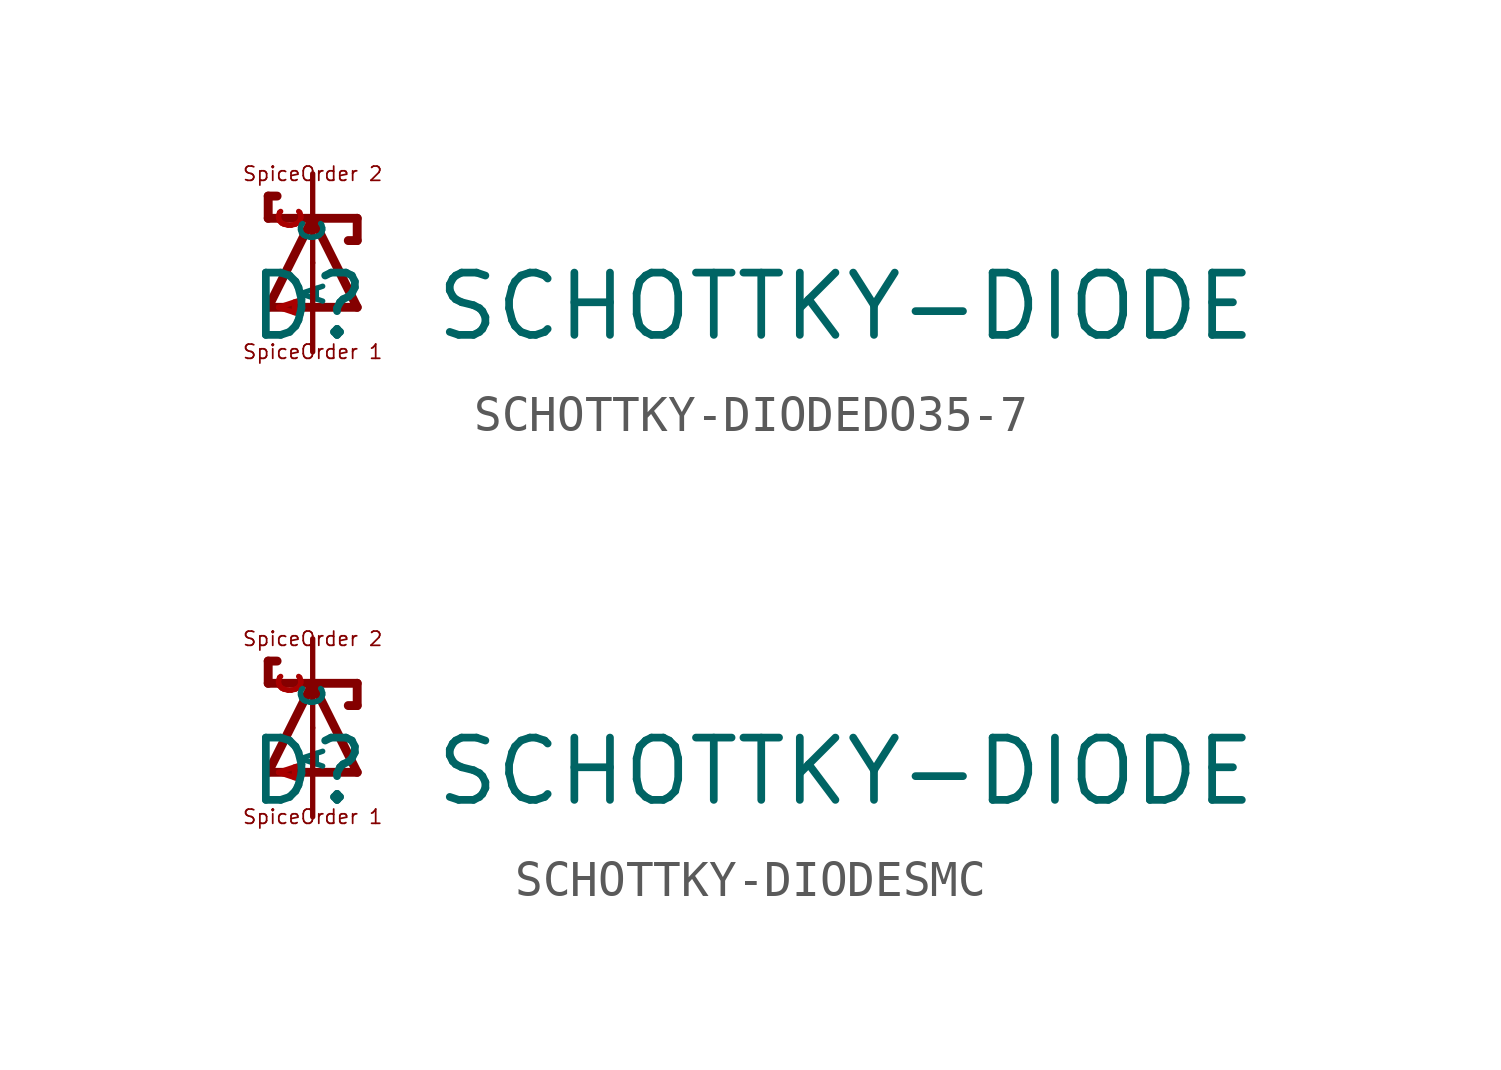
<source format=kicad_sym>
(kicad_symbol_lib
  (version 20220914)
  (generator Eagle2Kicad)
  (symbol "SCHOTTKY-DIODEDO35-7"
    (property "Reference" "D"
      (at -1.905 -2.286 0)
      (effects (font (size 1.778 1.778) (thickness 0.22)) (justify left bottom)))
    (property "Value" "SCHOTTKY-DIODE"
      (at 3.429 -2.286 0)
      (effects (font (size 1.778 1.778) (thickness 0.22)) (justify left bottom)))
    (polyline
      (pts (xy 1.27 -1.27) (xy 0 1.27))
      (stroke (width 0.254) (type default))
      (fill (type none)))
    (polyline
      (pts (xy 0 1.27) (xy -1.27 -1.27))
      (stroke (width 0.254) (type default))
      (fill (type none)))
    (polyline
      (pts (xy -1.27 1.905) (xy -1.27 1.27))
      (stroke (width 0.254) (type default))
      (fill (type none)))
    (polyline
      (pts (xy -1.27 1.27) (xy 0 1.27))
      (stroke (width 0.254) (type default))
      (fill (type none)))
    (polyline
      (pts (xy -1.27 -1.27) (xy 1.27 -1.27))
      (stroke (width 0.254) (type default))
      (fill (type none)))
    (polyline
      (pts (xy 0 1.27) (xy 1.27 1.27))
      (stroke (width 0.254) (type default))
      (fill (type none)))
    (polyline
      (pts (xy -1.27 1.905) (xy -1.016 1.905))
      (stroke (width 0.254) (type default))
      (fill (type none)))
    (polyline
      (pts (xy 1.27 1.27) (xy 1.27 0.635))
      (stroke (width 0.254) (type default))
      (fill (type none)))
    (polyline
      (pts (xy 1.016 0.635) (xy 1.27 0.635))
      (stroke (width 0.254) (type default))
      (fill (type none)))
    (text "SpiceOrder 1"
      (at 0 -2.54 0)
      (effects (font (size 0.406 0.406) (thickness 0.05))))
    (text "SpiceOrder 2"
      (at 0 2.54 0)
      (effects (font (size 0.406 0.406) (thickness 0.05))))
    (pin passive line
      (at 0 2.54 270)
      (length 2.54)
      (name "A" (effects (font (size 0.635 0.635) (thickness 0.08)) (justify left bottom)))
      (number "C" (effects (font (size 0.635 0.635) (thickness 0.08)) (justify left bottom))))
    (pin passive line
      (at 0 -2.54 90)
      (length 2.54)
      (name "C" (effects (font (size 0.635 0.635) (thickness 0.08)) (justify left bottom)))
      (number "A" (effects (font (size 0.635 0.635) (thickness 0.08)) (justify left bottom)))))
  (symbol "SCHOTTKY-DIODESMC"
    (property "Reference" "D"
      (at -1.905 -2.286 0)
      (effects (font (size 1.778 1.778) (thickness 0.22)) (justify left bottom)))
    (property "Value" "SCHOTTKY-DIODE"
      (at 3.429 -2.286 0)
      (effects (font (size 1.778 1.778) (thickness 0.22)) (justify left bottom)))
    (polyline
      (pts (xy 1.27 -1.27) (xy 0 1.27))
      (stroke (width 0.254) (type default))
      (fill (type none)))
    (polyline
      (pts (xy 0 1.27) (xy -1.27 -1.27))
      (stroke (width 0.254) (type default))
      (fill (type none)))
    (polyline
      (pts (xy -1.27 1.905) (xy -1.27 1.27))
      (stroke (width 0.254) (type default))
      (fill (type none)))
    (polyline
      (pts (xy -1.27 1.27) (xy 0 1.27))
      (stroke (width 0.254) (type default))
      (fill (type none)))
    (polyline
      (pts (xy -1.27 -1.27) (xy 1.27 -1.27))
      (stroke (width 0.254) (type default))
      (fill (type none)))
    (polyline
      (pts (xy 0 1.27) (xy 1.27 1.27))
      (stroke (width 0.254) (type default))
      (fill (type none)))
    (polyline
      (pts (xy -1.27 1.905) (xy -1.016 1.905))
      (stroke (width 0.254) (type default))
      (fill (type none)))
    (polyline
      (pts (xy 1.27 1.27) (xy 1.27 0.635))
      (stroke (width 0.254) (type default))
      (fill (type none)))
    (polyline
      (pts (xy 1.016 0.635) (xy 1.27 0.635))
      (stroke (width 0.254) (type default))
      (fill (type none)))
    (text "SpiceOrder 1"
      (at 0 -2.54 0)
      (effects (font (size 0.406 0.406) (thickness 0.05))))
    (text "SpiceOrder 2"
      (at 0 2.54 0)
      (effects (font (size 0.406 0.406) (thickness 0.05))))
    (pin passive line
      (at 0 2.54 270)
      (length 2.54)
      (name "A" (effects (font (size 0.635 0.635) (thickness 0.08)) (justify left bottom)))
      (number "C" (effects (font (size 0.635 0.635) (thickness 0.08)) (justify left bottom))))
    (pin passive line
      (at 0 -2.54 90)
      (length 2.54)
      (name "C" (effects (font (size 0.635 0.635) (thickness 0.08)) (justify left bottom)))
      (number "A" (effects (font (size 0.635 0.635) (thickness 0.08)) (justify left bottom))))))
</source>
